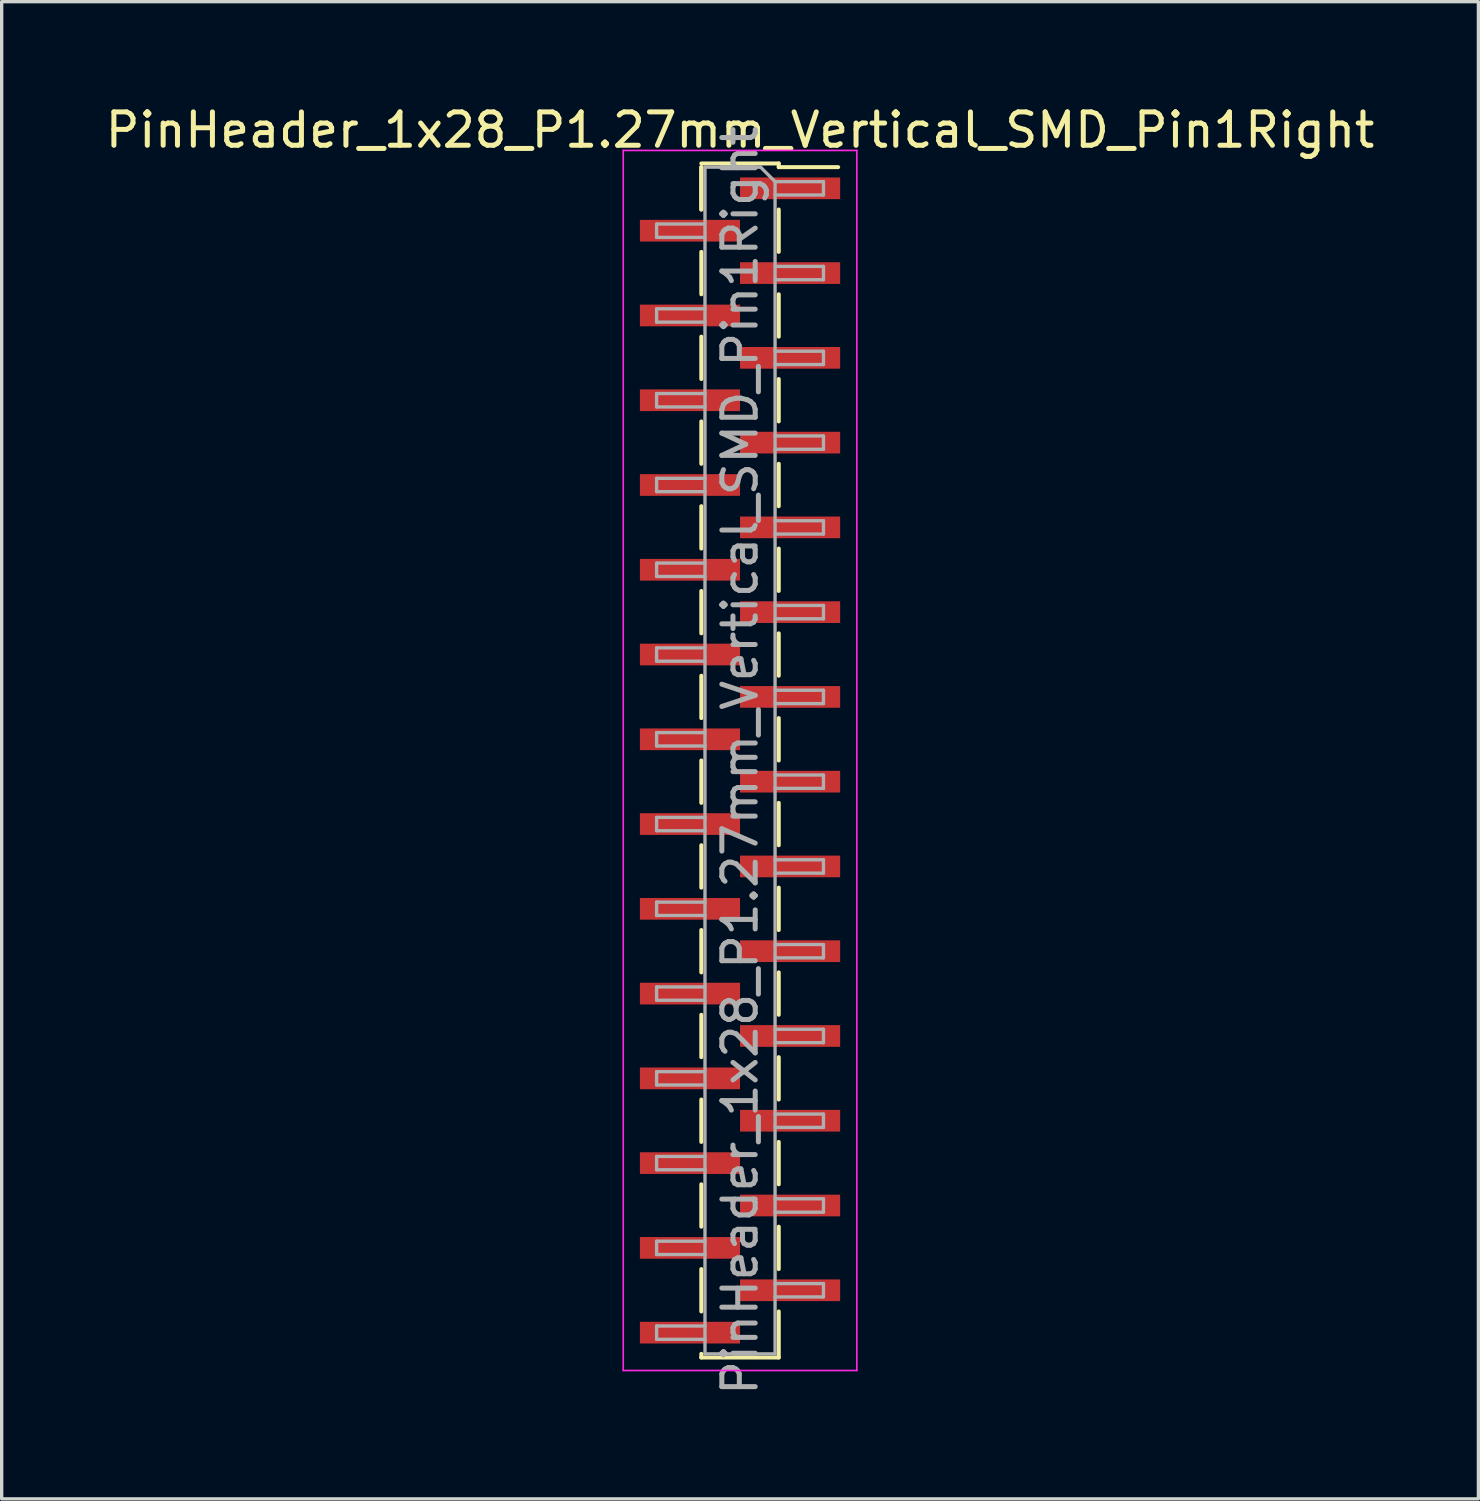
<source format=kicad_pcb>
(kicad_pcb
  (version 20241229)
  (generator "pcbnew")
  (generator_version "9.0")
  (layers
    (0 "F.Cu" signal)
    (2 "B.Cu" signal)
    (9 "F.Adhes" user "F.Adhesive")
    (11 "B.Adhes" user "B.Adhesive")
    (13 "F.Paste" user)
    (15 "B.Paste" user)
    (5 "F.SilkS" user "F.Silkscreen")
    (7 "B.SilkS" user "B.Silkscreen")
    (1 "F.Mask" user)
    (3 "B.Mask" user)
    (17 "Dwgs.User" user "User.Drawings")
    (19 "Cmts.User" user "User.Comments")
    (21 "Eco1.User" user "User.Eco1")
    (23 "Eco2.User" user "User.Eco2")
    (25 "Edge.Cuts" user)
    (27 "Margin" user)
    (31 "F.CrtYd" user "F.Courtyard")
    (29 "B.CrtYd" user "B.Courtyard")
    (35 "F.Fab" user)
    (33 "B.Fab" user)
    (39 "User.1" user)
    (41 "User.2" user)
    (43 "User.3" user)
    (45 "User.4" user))
  (footprint "PinHeader_1x28_P1.27mm_Vertical_SMD_Pin1Right"
    (layer "F.Cu")
    (at 19.125 19.738)
    (property "Reference" "PinHeader_1x28_P1.27mm_Vertical_SMD_Pin1Right" (at 0 -18.89 0) (layer "F.SilkS") (effects (font (size 1 1) (thickness 0.15))))
    (attr smd)
    (fp_line (start -1.16 -17.89) (end 1.16 -17.89) (stroke (width 0.12) (type solid)) (layer "F.SilkS"))
    (fp_line (start -1.16 -17.78) (end -1.16 -16.51) (stroke (width 0.12) (type solid)) (layer "F.SilkS"))
    (fp_line (start -1.16 -17.78) (end -1.16 -16.51) (stroke (width 0.12) (type solid)) (layer "F.SilkS"))
    (fp_line (start -1.16 -15.24) (end -1.16 -13.97) (stroke (width 0.12) (type solid)) (layer "F.SilkS"))
    (fp_line (start -1.16 -12.7) (end -1.16 -11.43) (stroke (width 0.12) (type solid)) (layer "F.SilkS"))
    (fp_line (start -1.16 -10.16) (end -1.16 -8.89) (stroke (width 0.12) (type solid)) (layer "F.SilkS"))
    (fp_line (start -1.16 -7.62) (end -1.16 -6.35) (stroke (width 0.12) (type solid)) (layer "F.SilkS"))
    (fp_line (start -1.16 -5.08) (end -1.16 -3.81) (stroke (width 0.12) (type solid)) (layer "F.SilkS"))
    (fp_line (start -1.16 -2.54) (end -1.16 -1.27) (stroke (width 0.12) (type solid)) (layer "F.SilkS"))
    (fp_line (start -1.16 0) (end -1.16 1.27) (stroke (width 0.12) (type solid)) (layer "F.SilkS"))
    (fp_line (start -1.16 2.54) (end -1.16 3.81) (stroke (width 0.12) (type solid)) (layer "F.SilkS"))
    (fp_line (start -1.16 5.08) (end -1.16 6.35) (stroke (width 0.12) (type solid)) (layer "F.SilkS"))
    (fp_line (start -1.16 7.62) (end -1.16 8.89) (stroke (width 0.12) (type solid)) (layer "F.SilkS"))
    (fp_line (start -1.16 10.16) (end -1.16 11.43) (stroke (width 0.12) (type solid)) (layer "F.SilkS"))
    (fp_line (start -1.16 12.7) (end -1.16 13.97) (stroke (width 0.12) (type solid)) (layer "F.SilkS"))
    (fp_line (start -1.16 15.24) (end -1.16 16.51) (stroke (width 0.12) (type solid)) (layer "F.SilkS"))
    (fp_line (start -1.16 17.78) (end -1.16 17.89) (stroke (width 0.12) (type solid)) (layer "F.SilkS"))
    (fp_line (start -1.16 17.89) (end 1.16 17.89) (stroke (width 0.12) (type solid)) (layer "F.SilkS"))
    (fp_line (start 1.16 -17.89) (end 1.16 -17.78) (stroke (width 0.12) (type solid)) (layer "F.SilkS"))
    (fp_line (start 1.16 -17.78) (end 2.94 -17.78) (stroke (width 0.12) (type solid)) (layer "F.SilkS"))
    (fp_line (start 1.16 -16.51) (end 1.16 -15.24) (stroke (width 0.12) (type solid)) (layer "F.SilkS"))
    (fp_line (start 1.16 -13.97) (end 1.16 -12.7) (stroke (width 0.12) (type solid)) (layer "F.SilkS"))
    (fp_line (start 1.16 -11.43) (end 1.16 -10.16) (stroke (width 0.12) (type solid)) (layer "F.SilkS"))
    (fp_line (start 1.16 -8.89) (end 1.16 -7.62) (stroke (width 0.12) (type solid)) (layer "F.SilkS"))
    (fp_line (start 1.16 -6.35) (end 1.16 -5.08) (stroke (width 0.12) (type solid)) (layer "F.SilkS"))
    (fp_line (start 1.16 -3.81) (end 1.16 -2.54) (stroke (width 0.12) (type solid)) (layer "F.SilkS"))
    (fp_line (start 1.16 -1.27) (end 1.16 0) (stroke (width 0.12) (type solid)) (layer "F.SilkS"))
    (fp_line (start 1.16 1.27) (end 1.16 2.54) (stroke (width 0.12) (type solid)) (layer "F.SilkS"))
    (fp_line (start 1.16 3.81) (end 1.16 5.08) (stroke (width 0.12) (type solid)) (layer "F.SilkS"))
    (fp_line (start 1.16 6.35) (end 1.16 7.62) (stroke (width 0.12) (type solid)) (layer "F.SilkS"))
    (fp_line (start 1.16 8.89) (end 1.16 10.16) (stroke (width 0.12) (type solid)) (layer "F.SilkS"))
    (fp_line (start 1.16 11.43) (end 1.16 12.7) (stroke (width 0.12) (type solid)) (layer "F.SilkS"))
    (fp_line (start 1.16 13.97) (end 1.16 15.24) (stroke (width 0.12) (type solid)) (layer "F.SilkS"))
    (fp_line (start 1.16 16.51) (end 1.16 17.89) (stroke (width 0.12) (type solid)) (layer "F.SilkS"))
    (fp_line (start -3.5 -18.28) (end -3.5 18.28) (stroke (width 0.05) (type solid)) (layer "F.CrtYd"))
    (fp_line (start -3.5 18.28) (end 3.5 18.28) (stroke (width 0.05) (type solid)) (layer "F.CrtYd"))
    (fp_line (start 3.5 -18.28) (end -3.5 -18.28) (stroke (width 0.05) (type solid)) (layer "F.CrtYd"))
    (fp_line (start 3.5 18.28) (end 3.5 -18.28) (stroke (width 0.05) (type solid)) (layer "F.CrtYd"))
    (fp_line (start -2.5 -16.075) (end -2.5 -15.675) (stroke (width 0.1) (type solid)) (layer "F.Fab"))
    (fp_line (start -2.5 -15.675) (end -1.05 -15.675) (stroke (width 0.1) (type solid)) (layer "F.Fab"))
    (fp_line (start -2.5 -13.535) (end -2.5 -13.135) (stroke (width 0.1) (type solid)) (layer "F.Fab"))
    (fp_line (start -2.5 -13.135) (end -1.05 -13.135) (stroke (width 0.1) (type solid)) (layer "F.Fab"))
    (fp_line (start -2.5 -10.995) (end -2.5 -10.595) (stroke (width 0.1) (type solid)) (layer "F.Fab"))
    (fp_line (start -2.5 -10.595) (end -1.05 -10.595) (stroke (width 0.1) (type solid)) (layer "F.Fab"))
    (fp_line (start -2.5 -8.455) (end -2.5 -8.055) (stroke (width 0.1) (type solid)) (layer "F.Fab"))
    (fp_line (start -2.5 -8.055) (end -1.05 -8.055) (stroke (width 0.1) (type solid)) (layer "F.Fab"))
    (fp_line (start -2.5 -5.915) (end -2.5 -5.515) (stroke (width 0.1) (type solid)) (layer "F.Fab"))
    (fp_line (start -2.5 -5.515) (end -1.05 -5.515) (stroke (width 0.1) (type solid)) (layer "F.Fab"))
    (fp_line (start -2.5 -3.375) (end -2.5 -2.975) (stroke (width 0.1) (type solid)) (layer "F.Fab"))
    (fp_line (start -2.5 -2.975) (end -1.05 -2.975) (stroke (width 0.1) (type solid)) (layer "F.Fab"))
    (fp_line (start -2.5 -0.835) (end -2.5 -0.435) (stroke (width 0.1) (type solid)) (layer "F.Fab"))
    (fp_line (start -2.5 -0.435) (end -1.05 -0.435) (stroke (width 0.1) (type solid)) (layer "F.Fab"))
    (fp_line (start -2.5 1.705) (end -2.5 2.105) (stroke (width 0.1) (type solid)) (layer "F.Fab"))
    (fp_line (start -2.5 2.105) (end -1.05 2.105) (stroke (width 0.1) (type solid)) (layer "F.Fab"))
    (fp_line (start -2.5 4.245) (end -2.5 4.645) (stroke (width 0.1) (type solid)) (layer "F.Fab"))
    (fp_line (start -2.5 4.645) (end -1.05 4.645) (stroke (width 0.1) (type solid)) (layer "F.Fab"))
    (fp_line (start -2.5 6.785) (end -2.5 7.185) (stroke (width 0.1) (type solid)) (layer "F.Fab"))
    (fp_line (start -2.5 7.185) (end -1.05 7.185) (stroke (width 0.1) (type solid)) (layer "F.Fab"))
    (fp_line (start -2.5 9.325) (end -2.5 9.725) (stroke (width 0.1) (type solid)) (layer "F.Fab"))
    (fp_line (start -2.5 9.725) (end -1.05 9.725) (stroke (width 0.1) (type solid)) (layer "F.Fab"))
    (fp_line (start -2.5 11.865) (end -2.5 12.265) (stroke (width 0.1) (type solid)) (layer "F.Fab"))
    (fp_line (start -2.5 12.265) (end -1.05 12.265) (stroke (width 0.1) (type solid)) (layer "F.Fab"))
    (fp_line (start -2.5 14.405) (end -2.5 14.805) (stroke (width 0.1) (type solid)) (layer "F.Fab"))
    (fp_line (start -2.5 14.805) (end -1.05 14.805) (stroke (width 0.1) (type solid)) (layer "F.Fab"))
    (fp_line (start -2.5 16.945) (end -2.5 17.345) (stroke (width 0.1) (type solid)) (layer "F.Fab"))
    (fp_line (start -2.5 17.345) (end -1.05 17.345) (stroke (width 0.1) (type solid)) (layer "F.Fab"))
    (fp_line (start -1.05 -17.78) (end -1.05 17.78) (stroke (width 0.1) (type solid)) (layer "F.Fab"))
    (fp_line (start -1.05 -17.78) (end 0.615 -17.78) (stroke (width 0.1) (type solid)) (layer "F.Fab"))
    (fp_line (start -1.05 -16.075) (end -2.5 -16.075) (stroke (width 0.1) (type solid)) (layer "F.Fab"))
    (fp_line (start -1.05 -13.535) (end -2.5 -13.535) (stroke (width 0.1) (type solid)) (layer "F.Fab"))
    (fp_line (start -1.05 -10.995) (end -2.5 -10.995) (stroke (width 0.1) (type solid)) (layer "F.Fab"))
    (fp_line (start -1.05 -8.455) (end -2.5 -8.455) (stroke (width 0.1) (type solid)) (layer "F.Fab"))
    (fp_line (start -1.05 -5.915) (end -2.5 -5.915) (stroke (width 0.1) (type solid)) (layer "F.Fab"))
    (fp_line (start -1.05 -3.375) (end -2.5 -3.375) (stroke (width 0.1) (type solid)) (layer "F.Fab"))
    (fp_line (start -1.05 -0.835) (end -2.5 -0.835) (stroke (width 0.1) (type solid)) (layer "F.Fab"))
    (fp_line (start -1.05 1.705) (end -2.5 1.705) (stroke (width 0.1) (type solid)) (layer "F.Fab"))
    (fp_line (start -1.05 4.245) (end -2.5 4.245) (stroke (width 0.1) (type solid)) (layer "F.Fab"))
    (fp_line (start -1.05 6.785) (end -2.5 6.785) (stroke (width 0.1) (type solid)) (layer "F.Fab"))
    (fp_line (start -1.05 9.325) (end -2.5 9.325) (stroke (width 0.1) (type solid)) (layer "F.Fab"))
    (fp_line (start -1.05 11.865) (end -2.5 11.865) (stroke (width 0.1) (type solid)) (layer "F.Fab"))
    (fp_line (start -1.05 14.405) (end -2.5 14.405) (stroke (width 0.1) (type solid)) (layer "F.Fab"))
    (fp_line (start -1.05 16.945) (end -2.5 16.945) (stroke (width 0.1) (type solid)) (layer "F.Fab"))
    (fp_line (start 1.05 -17.345) (end 0.615 -17.78) (stroke (width 0.1) (type solid)) (layer "F.Fab"))
    (fp_line (start 1.05 -17.345) (end 2.5 -17.345) (stroke (width 0.1) (type solid)) (layer "F.Fab"))
    (fp_line (start 1.05 -14.805) (end 2.5 -14.805) (stroke (width 0.1) (type solid)) (layer "F.Fab"))
    (fp_line (start 1.05 -12.265) (end 2.5 -12.265) (stroke (width 0.1) (type solid)) (layer "F.Fab"))
    (fp_line (start 1.05 -9.725) (end 2.5 -9.725) (stroke (width 0.1) (type solid)) (layer "F.Fab"))
    (fp_line (start 1.05 -7.185) (end 2.5 -7.185) (stroke (width 0.1) (type solid)) (layer "F.Fab"))
    (fp_line (start 1.05 -4.645) (end 2.5 -4.645) (stroke (width 0.1) (type solid)) (layer "F.Fab"))
    (fp_line (start 1.05 -2.105) (end 2.5 -2.105) (stroke (width 0.1) (type solid)) (layer "F.Fab"))
    (fp_line (start 1.05 0.435) (end 2.5 0.435) (stroke (width 0.1) (type solid)) (layer "F.Fab"))
    (fp_line (start 1.05 2.975) (end 2.5 2.975) (stroke (width 0.1) (type solid)) (layer "F.Fab"))
    (fp_line (start 1.05 5.515) (end 2.5 5.515) (stroke (width 0.1) (type solid)) (layer "F.Fab"))
    (fp_line (start 1.05 8.055) (end 2.5 8.055) (stroke (width 0.1) (type solid)) (layer "F.Fab"))
    (fp_line (start 1.05 10.595) (end 2.5 10.595) (stroke (width 0.1) (type solid)) (layer "F.Fab"))
    (fp_line (start 1.05 13.135) (end 2.5 13.135) (stroke (width 0.1) (type solid)) (layer "F.Fab"))
    (fp_line (start 1.05 15.675) (end 2.5 15.675) (stroke (width 0.1) (type solid)) (layer "F.Fab"))
    (fp_line (start 1.05 17.78) (end -1.05 17.78) (stroke (width 0.1) (type solid)) (layer "F.Fab"))
    (fp_line (start 1.05 17.78) (end 1.05 -17.345) (stroke (width 0.1) (type solid)) (layer "F.Fab"))
    (fp_line (start 2.5 -17.345) (end 2.5 -16.945) (stroke (width 0.1) (type solid)) (layer "F.Fab"))
    (fp_line (start 2.5 -16.945) (end 1.05 -16.945) (stroke (width 0.1) (type solid)) (layer "F.Fab"))
    (fp_line (start 2.5 -14.805) (end 2.5 -14.405) (stroke (width 0.1) (type solid)) (layer "F.Fab"))
    (fp_line (start 2.5 -14.405) (end 1.05 -14.405) (stroke (width 0.1) (type solid)) (layer "F.Fab"))
    (fp_line (start 2.5 -12.265) (end 2.5 -11.865) (stroke (width 0.1) (type solid)) (layer "F.Fab"))
    (fp_line (start 2.5 -11.865) (end 1.05 -11.865) (stroke (width 0.1) (type solid)) (layer "F.Fab"))
    (fp_line (start 2.5 -9.725) (end 2.5 -9.325) (stroke (width 0.1) (type solid)) (layer "F.Fab"))
    (fp_line (start 2.5 -9.325) (end 1.05 -9.325) (stroke (width 0.1) (type solid)) (layer "F.Fab"))
    (fp_line (start 2.5 -7.185) (end 2.5 -6.785) (stroke (width 0.1) (type solid)) (layer "F.Fab"))
    (fp_line (start 2.5 -6.785) (end 1.05 -6.785) (stroke (width 0.1) (type solid)) (layer "F.Fab"))
    (fp_line (start 2.5 -4.645) (end 2.5 -4.245) (stroke (width 0.1) (type solid)) (layer "F.Fab"))
    (fp_line (start 2.5 -4.245) (end 1.05 -4.245) (stroke (width 0.1) (type solid)) (layer "F.Fab"))
    (fp_line (start 2.5 -2.105) (end 2.5 -1.705) (stroke (width 0.1) (type solid)) (layer "F.Fab"))
    (fp_line (start 2.5 -1.705) (end 1.05 -1.705) (stroke (width 0.1) (type solid)) (layer "F.Fab"))
    (fp_line (start 2.5 0.435) (end 2.5 0.835) (stroke (width 0.1) (type solid)) (layer "F.Fab"))
    (fp_line (start 2.5 0.835) (end 1.05 0.835) (stroke (width 0.1) (type solid)) (layer "F.Fab"))
    (fp_line (start 2.5 2.975) (end 2.5 3.375) (stroke (width 0.1) (type solid)) (layer "F.Fab"))
    (fp_line (start 2.5 3.375) (end 1.05 3.375) (stroke (width 0.1) (type solid)) (layer "F.Fab"))
    (fp_line (start 2.5 5.515) (end 2.5 5.915) (stroke (width 0.1) (type solid)) (layer "F.Fab"))
    (fp_line (start 2.5 5.915) (end 1.05 5.915) (stroke (width 0.1) (type solid)) (layer "F.Fab"))
    (fp_line (start 2.5 8.055) (end 2.5 8.455) (stroke (width 0.1) (type solid)) (layer "F.Fab"))
    (fp_line (start 2.5 8.455) (end 1.05 8.455) (stroke (width 0.1) (type solid)) (layer "F.Fab"))
    (fp_line (start 2.5 10.595) (end 2.5 10.995) (stroke (width 0.1) (type solid)) (layer "F.Fab"))
    (fp_line (start 2.5 10.995) (end 1.05 10.995) (stroke (width 0.1) (type solid)) (layer "F.Fab"))
    (fp_line (start 2.5 13.135) (end 2.5 13.535) (stroke (width 0.1) (type solid)) (layer "F.Fab"))
    (fp_line (start 2.5 13.535) (end 1.05 13.535) (stroke (width 0.1) (type solid)) (layer "F.Fab"))
    (fp_line (start 2.5 15.675) (end 2.5 16.075) (stroke (width 0.1) (type solid)) (layer "F.Fab"))
    (fp_line (start 2.5 16.075) (end 1.05 16.075) (stroke (width 0.1) (type solid)) (layer "F.Fab"))
    (fp_text user "${REFERENCE}" (at 0 0 90) (layer "F.Fab") (effects (font (size 1 1) (thickness 0.15))))
    (pad "1" smd rect (at 1.5 -17.145) (size 3 0.65) (layers "F.Cu" "F.Mask" "F.Paste"))
    (pad "2" smd rect (at -1.5 -15.875) (size 3 0.65) (layers "F.Cu" "F.Mask" "F.Paste"))
    (pad "3" smd rect (at 1.5 -14.605) (size 3 0.65) (layers "F.Cu" "F.Mask" "F.Paste"))
    (pad "4" smd rect (at -1.5 -13.335) (size 3 0.65) (layers "F.Cu" "F.Mask" "F.Paste"))
    (pad "5" smd rect (at 1.5 -12.065) (size 3 0.65) (layers "F.Cu" "F.Mask" "F.Paste"))
    (pad "6" smd rect (at -1.5 -10.795) (size 3 0.65) (layers "F.Cu" "F.Mask" "F.Paste"))
    (pad "7" smd rect (at 1.5 -9.525) (size 3 0.65) (layers "F.Cu" "F.Mask" "F.Paste"))
    (pad "8" smd rect (at -1.5 -8.255) (size 3 0.65) (layers "F.Cu" "F.Mask" "F.Paste"))
    (pad "9" smd rect (at 1.5 -6.985) (size 3 0.65) (layers "F.Cu" "F.Mask" "F.Paste"))
    (pad "10" smd rect (at -1.5 -5.715) (size 3 0.65) (layers "F.Cu" "F.Mask" "F.Paste"))
    (pad "11" smd rect (at 1.5 -4.445) (size 3 0.65) (layers "F.Cu" "F.Mask" "F.Paste"))
    (pad "12" smd rect (at -1.5 -3.175) (size 3 0.65) (layers "F.Cu" "F.Mask" "F.Paste"))
    (pad "13" smd rect (at 1.5 -1.905) (size 3 0.65) (layers "F.Cu" "F.Mask" "F.Paste"))
    (pad "14" smd rect (at -1.5 -0.635) (size 3 0.65) (layers "F.Cu" "F.Mask" "F.Paste"))
    (pad "15" smd rect (at 1.5 0.635) (size 3 0.65) (layers "F.Cu" "F.Mask" "F.Paste"))
    (pad "16" smd rect (at -1.5 1.905) (size 3 0.65) (layers "F.Cu" "F.Mask" "F.Paste"))
    (pad "17" smd rect (at 1.5 3.175) (size 3 0.65) (layers "F.Cu" "F.Mask" "F.Paste"))
    (pad "18" smd rect (at -1.5 4.445) (size 3 0.65) (layers "F.Cu" "F.Mask" "F.Paste"))
    (pad "19" smd rect (at 1.5 5.715) (size 3 0.65) (layers "F.Cu" "F.Mask" "F.Paste"))
    (pad "20" smd rect (at -1.5 6.985) (size 3 0.65) (layers "F.Cu" "F.Mask" "F.Paste"))
    (pad "21" smd rect (at 1.5 8.255) (size 3 0.65) (layers "F.Cu" "F.Mask" "F.Paste"))
    (pad "22" smd rect (at -1.5 9.525) (size 3 0.65) (layers "F.Cu" "F.Mask" "F.Paste"))
    (pad "23" smd rect (at 1.5 10.795) (size 3 0.65) (layers "F.Cu" "F.Mask" "F.Paste"))
    (pad "24" smd rect (at -1.5 12.065) (size 3 0.65) (layers "F.Cu" "F.Mask" "F.Paste"))
    (pad "25" smd rect (at 1.5 13.335) (size 3 0.65) (layers "F.Cu" "F.Mask" "F.Paste"))
    (pad "26" smd rect (at -1.5 14.605) (size 3 0.65) (layers "F.Cu" "F.Mask" "F.Paste"))
    (pad "27" smd rect (at 1.5 15.875) (size 3 0.65) (layers "F.Cu" "F.Mask" "F.Paste"))
    (pad "28" smd rect (at -1.5 17.145) (size 3 0.65) (layers "F.Cu" "F.Mask" "F.Paste")))
  (gr_rect
    (start -3 -3)
    (end 41.25 41.863)
    (stroke (width 0.1) (type default))
    (fill no)
    (layer "Edge.Cuts")))
</source>
